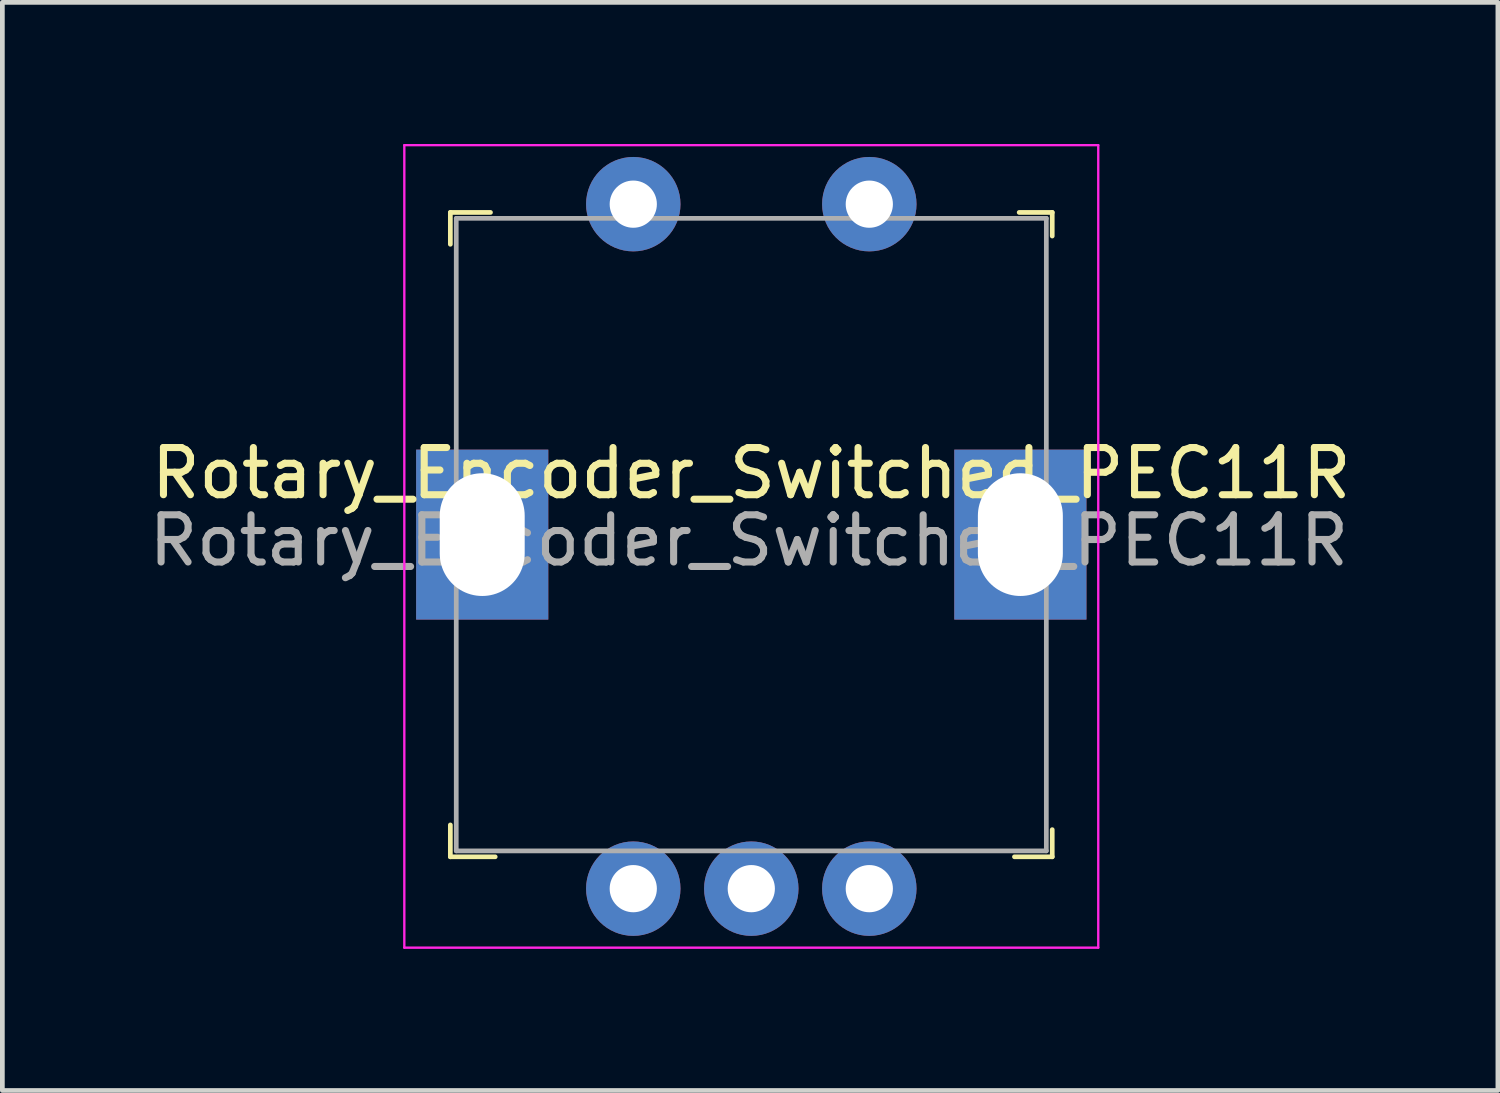
<source format=kicad_pcb>
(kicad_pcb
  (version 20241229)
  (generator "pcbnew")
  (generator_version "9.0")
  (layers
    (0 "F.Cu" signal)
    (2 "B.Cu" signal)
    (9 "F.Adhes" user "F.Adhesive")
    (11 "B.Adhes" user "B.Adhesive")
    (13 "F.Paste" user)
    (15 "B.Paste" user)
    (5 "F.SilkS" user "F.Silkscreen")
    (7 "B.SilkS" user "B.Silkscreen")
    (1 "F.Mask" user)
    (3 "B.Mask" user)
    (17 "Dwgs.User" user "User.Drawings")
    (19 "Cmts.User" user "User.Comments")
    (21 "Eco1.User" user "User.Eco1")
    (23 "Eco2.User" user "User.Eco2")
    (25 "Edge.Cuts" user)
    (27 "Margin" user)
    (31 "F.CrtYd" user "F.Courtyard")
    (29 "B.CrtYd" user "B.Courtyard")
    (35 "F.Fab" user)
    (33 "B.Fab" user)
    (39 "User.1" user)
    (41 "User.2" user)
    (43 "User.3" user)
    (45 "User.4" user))
  (footprint "Rotary_Encoder_Switched_PEC11R"
    (layer "F.Cu")
    (at 7.165 8.275)
    (property "Reference" "Rotary_Encoder_Switched_PEC11R" (at 5.7 -1.3 0) (layer "F.SilkS") (effects (font (size 1 1) (thickness 0.15))))
    (attr through_hole)
    (fp_line (start -0.675 -6.825) (end -0.675 -6.15) (stroke (width 0.1) (type solid)) (layer "F.SilkS"))
    (fp_line (start -0.675 6.825) (end -0.675 6.15) (stroke (width 0.1) (type solid)) (layer "F.SilkS"))
    (fp_line (start 0.175 -6.825) (end -0.675 -6.825) (stroke (width 0.1) (type solid)) (layer "F.SilkS"))
    (fp_line (start 0.275 6.825) (end -0.675 6.825) (stroke (width 0.1) (type solid)) (layer "F.SilkS"))
    (fp_line (start 11.375 -6.825) (end 12.075 -6.825) (stroke (width 0.1) (type solid)) (layer "F.SilkS"))
    (fp_line (start 12.075 -6.825) (end 12.075 -6.325) (stroke (width 0.1) (type solid)) (layer "F.SilkS"))
    (fp_line (start 12.075 6.25) (end 12.075 6.825) (stroke (width 0.1) (type solid)) (layer "F.SilkS"))
    (fp_line (start 12.075 6.825) (end 11.275 6.825) (stroke (width 0.1) (type solid)) (layer "F.SilkS"))
    (fp_line (start -1.65 -8.25) (end 13.05 -8.25) (stroke (width 0.05) (type solid)) (layer "F.CrtYd"))
    (fp_line (start -1.65 8.75) (end -1.65 -8.25) (stroke (width 0.05) (type solid)) (layer "F.CrtYd"))
    (fp_line (start 13.05 -8.25) (end 13.05 8.75) (stroke (width 0.05) (type solid)) (layer "F.CrtYd"))
    (fp_line (start 13.05 8.75) (end -1.65 8.75) (stroke (width 0.05) (type solid)) (layer "F.CrtYd"))
    (fp_line (start -0.55 -6.7) (end -0.55 6.7) (stroke (width 0.1) (type solid)) (layer "F.Fab"))
    (fp_line (start -0.55 -6.7) (end 11.95 -6.7) (stroke (width 0.1) (type solid)) (layer "F.Fab"))
    (fp_line (start -0.55 6.7) (end 11.95 6.7) (stroke (width 0.1) (type solid)) (layer "F.Fab"))
    (fp_line (start 11.95 -6.7) (end 11.95 6.7) (stroke (width 0.1) (type solid)) (layer "F.Fab"))
    (fp_text user "${REFERENCE}" (at 5.65 0.125 0) (layer "F.Fab") (effects (font (size 1 1) (thickness 0.15))))
    (pad "1" thru_hole circle (at 3.2 -7) (size 2 2) (drill 1) (layers "*.Cu" "*.Mask"))
    (pad "2" thru_hole circle (at 8.2 -7) (size 2 2) (drill 1) (layers "*.Cu" "*.Mask"))
    (pad "3" thru_hole rect (at 0 0) (size 2.8 3.6) (drill oval 1.8 2.6) (layers "*.Cu" "*.Mask"))
    (pad "3" thru_hole rect (at 11.4 0) (size 2.8 3.6) (drill oval 1.8 2.6) (layers "*.Cu" "*.Mask"))
    (pad "A" thru_hole circle (at 3.2 7.5) (size 2 2) (drill 1) (layers "*.Cu" "*.Mask"))
    (pad "B" thru_hole circle (at 8.2 7.5) (size 2 2) (drill 1) (layers "*.Cu" "*.Mask"))
    (pad "C" thru_hole circle (at 5.7 7.5) (size 2 2) (drill 1) (layers "*.Cu" "*.Mask")))
  (gr_rect
    (start -3 -3)
    (end 28.681 20.05)
    (stroke (width 0.1) (type default))
    (fill no)
    (layer "Edge.Cuts")))
</source>
